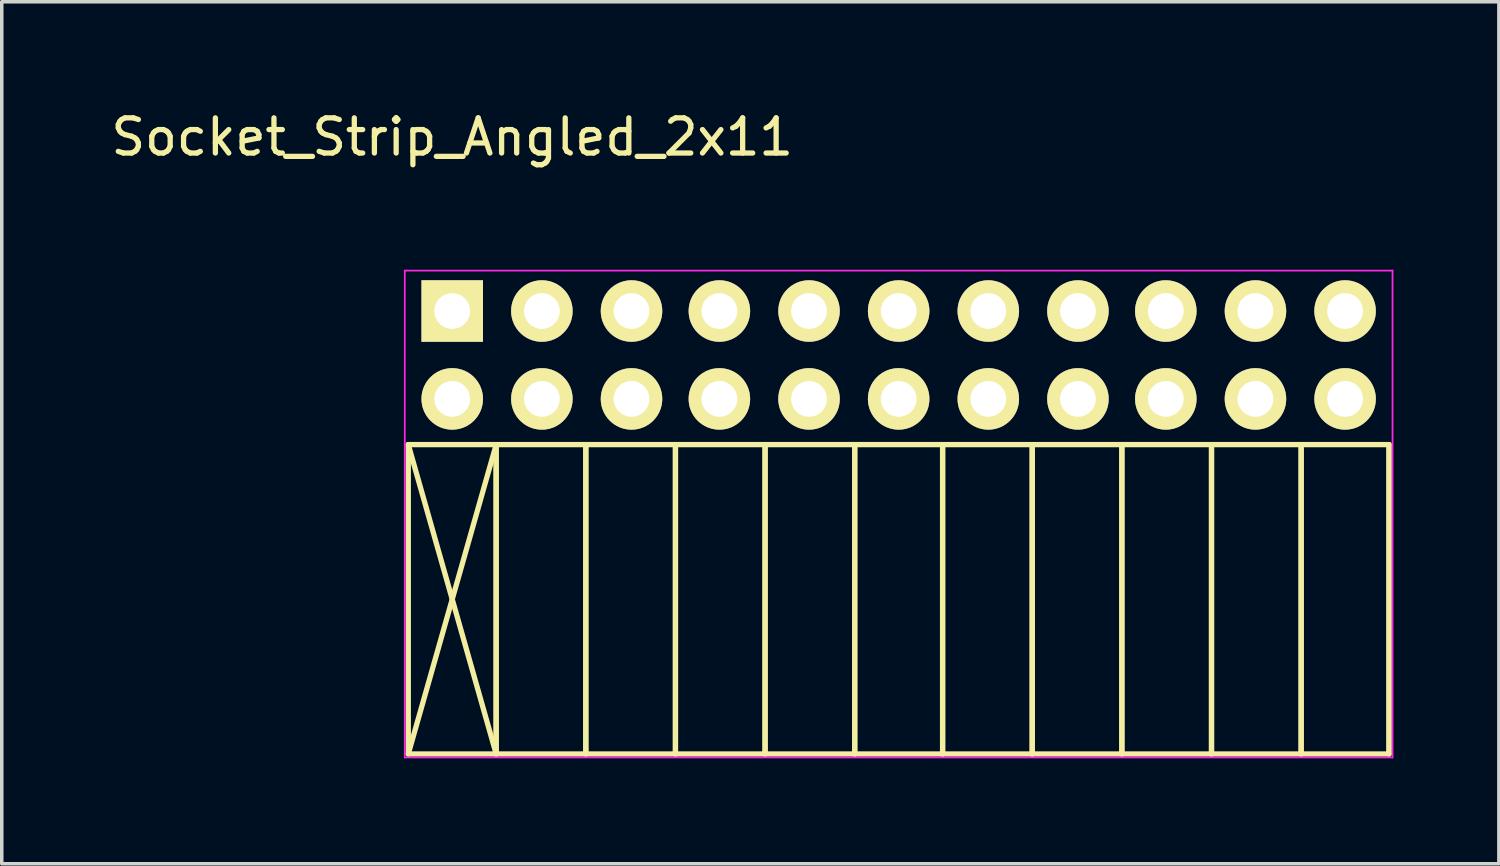
<source format=kicad_pcb>
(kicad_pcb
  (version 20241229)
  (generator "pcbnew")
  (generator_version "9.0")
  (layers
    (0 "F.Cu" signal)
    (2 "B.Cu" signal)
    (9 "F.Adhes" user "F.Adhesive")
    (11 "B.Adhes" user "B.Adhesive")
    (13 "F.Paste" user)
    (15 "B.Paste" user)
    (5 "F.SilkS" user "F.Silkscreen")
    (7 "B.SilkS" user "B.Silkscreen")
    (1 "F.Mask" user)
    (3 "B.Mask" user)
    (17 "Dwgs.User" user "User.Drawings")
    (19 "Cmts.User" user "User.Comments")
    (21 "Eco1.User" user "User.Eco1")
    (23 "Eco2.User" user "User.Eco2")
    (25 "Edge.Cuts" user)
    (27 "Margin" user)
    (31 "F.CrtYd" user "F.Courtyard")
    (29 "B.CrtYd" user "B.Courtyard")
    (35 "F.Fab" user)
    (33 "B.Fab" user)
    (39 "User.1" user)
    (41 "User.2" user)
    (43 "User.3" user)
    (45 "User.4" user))
  (footprint "Socket_Strip_Angled_2x11"
    (layer "F.Cu")
    (at 9.815 5.798)
    (property "Reference" "Socket_Strip_Angled_2x11" (at 0 -4.95 0) (layer "F.SilkS") (effects (font (size 1 1) (thickness 0.15))))
    (attr through_hole)
    (fp_line (start -1.25 3.8) (end -1.25 12.6) (stroke (width 0.15) (type solid)) (layer "F.SilkS"))
    (fp_line (start -1.25 3.8) (end 1.25 3.8) (stroke (width 0.15) (type solid)) (layer "F.SilkS"))
    (fp_line (start -1.25 3.8) (end 1.25 12.6) (stroke (width 0.15) (type solid)) (layer "F.SilkS"))
    (fp_line (start -1.25 12.6) (end 1.25 3.8) (stroke (width 0.15) (type solid)) (layer "F.SilkS"))
    (fp_line (start -1.25 12.6) (end 1.25 12.6) (stroke (width 0.15) (type solid)) (layer "F.SilkS"))
    (fp_line (start 1.25 3.8) (end 1.25 12.6) (stroke (width 0.15) (type solid)) (layer "F.SilkS"))
    (fp_line (start 1.25 3.8) (end 3.8 3.8) (stroke (width 0.15) (type solid)) (layer "F.SilkS"))
    (fp_line (start 1.25 12.6) (end 1.25 3.8) (stroke (width 0.15) (type solid)) (layer "F.SilkS"))
    (fp_line (start 1.25 12.6) (end 3.8 12.6) (stroke (width 0.15) (type solid)) (layer "F.SilkS"))
    (fp_line (start 3.8 3.8) (end 3.8 12.6) (stroke (width 0.15) (type solid)) (layer "F.SilkS"))
    (fp_line (start 3.8 3.8) (end 6.35 3.8) (stroke (width 0.15) (type solid)) (layer "F.SilkS"))
    (fp_line (start 3.8 12.6) (end 3.8 3.8) (stroke (width 0.15) (type solid)) (layer "F.SilkS"))
    (fp_line (start 3.8 12.6) (end 6.35 12.6) (stroke (width 0.15) (type solid)) (layer "F.SilkS"))
    (fp_line (start 6.35 3.8) (end 6.35 12.6) (stroke (width 0.15) (type solid)) (layer "F.SilkS"))
    (fp_line (start 6.35 3.8) (end 8.9 3.8) (stroke (width 0.15) (type solid)) (layer "F.SilkS"))
    (fp_line (start 6.35 12.6) (end 6.35 3.8) (stroke (width 0.15) (type solid)) (layer "F.SilkS"))
    (fp_line (start 6.35 12.6) (end 8.9 12.6) (stroke (width 0.15) (type solid)) (layer "F.SilkS"))
    (fp_line (start 8.9 3.8) (end 8.9 12.6) (stroke (width 0.15) (type solid)) (layer "F.SilkS"))
    (fp_line (start 8.9 3.8) (end 11.45 3.8) (stroke (width 0.15) (type solid)) (layer "F.SilkS"))
    (fp_line (start 8.9 12.6) (end 8.9 3.8) (stroke (width 0.15) (type solid)) (layer "F.SilkS"))
    (fp_line (start 8.9 12.6) (end 11.45 12.6) (stroke (width 0.15) (type solid)) (layer "F.SilkS"))
    (fp_line (start 11.45 3.8) (end 11.45 12.6) (stroke (width 0.15) (type solid)) (layer "F.SilkS"))
    (fp_line (start 11.45 3.8) (end 13.95 3.8) (stroke (width 0.15) (type solid)) (layer "F.SilkS"))
    (fp_line (start 11.45 12.6) (end 11.45 3.8) (stroke (width 0.15) (type solid)) (layer "F.SilkS"))
    (fp_line (start 11.45 12.6) (end 13.95 12.6) (stroke (width 0.15) (type solid)) (layer "F.SilkS"))
    (fp_line (start 13.95 3.8) (end 13.95 12.6) (stroke (width 0.15) (type solid)) (layer "F.SilkS"))
    (fp_line (start 13.95 3.8) (end 16.5 3.8) (stroke (width 0.15) (type solid)) (layer "F.SilkS"))
    (fp_line (start 13.95 12.6) (end 13.95 3.8) (stroke (width 0.15) (type solid)) (layer "F.SilkS"))
    (fp_line (start 13.95 12.6) (end 16.5 12.6) (stroke (width 0.15) (type solid)) (layer "F.SilkS"))
    (fp_line (start 16.5 3.8) (end 16.5 12.6) (stroke (width 0.15) (type solid)) (layer "F.SilkS"))
    (fp_line (start 16.5 3.8) (end 19.05 3.8) (stroke (width 0.15) (type solid)) (layer "F.SilkS"))
    (fp_line (start 16.5 12.6) (end 16.5 3.8) (stroke (width 0.15) (type solid)) (layer "F.SilkS"))
    (fp_line (start 16.5 12.6) (end 19.05 12.6) (stroke (width 0.15) (type solid)) (layer "F.SilkS"))
    (fp_line (start 19.05 3.8) (end 19.05 12.6) (stroke (width 0.15) (type solid)) (layer "F.SilkS"))
    (fp_line (start 19.05 3.8) (end 21.6 3.8) (stroke (width 0.15) (type solid)) (layer "F.SilkS"))
    (fp_line (start 19.05 12.6) (end 19.05 3.8) (stroke (width 0.15) (type solid)) (layer "F.SilkS"))
    (fp_line (start 19.05 12.6) (end 21.6 12.6) (stroke (width 0.15) (type solid)) (layer "F.SilkS"))
    (fp_line (start 21.6 3.8) (end 21.6 12.6) (stroke (width 0.15) (type solid)) (layer "F.SilkS"))
    (fp_line (start 21.6 3.8) (end 24.15 3.8) (stroke (width 0.15) (type solid)) (layer "F.SilkS"))
    (fp_line (start 21.6 12.6) (end 21.6 3.8) (stroke (width 0.15) (type solid)) (layer "F.SilkS"))
    (fp_line (start 21.6 12.6) (end 24.15 12.6) (stroke (width 0.15) (type solid)) (layer "F.SilkS"))
    (fp_line (start 24.15 3.8) (end 24.15 12.6) (stroke (width 0.15) (type solid)) (layer "F.SilkS"))
    (fp_line (start 24.15 3.8) (end 26.65 3.8) (stroke (width 0.15) (type solid)) (layer "F.SilkS"))
    (fp_line (start 24.15 12.6) (end 24.15 3.8) (stroke (width 0.15) (type solid)) (layer "F.SilkS"))
    (fp_line (start 24.15 12.6) (end 26.65 12.6) (stroke (width 0.15) (type solid)) (layer "F.SilkS"))
    (fp_line (start 26.65 3.8) (end 26.65 12.6) (stroke (width 0.15) (type solid)) (layer "F.SilkS"))
    (fp_line (start 26.65 12.6) (end 26.65 3.8) (stroke (width 0.15) (type solid)) (layer "F.SilkS"))
    (fp_line (start -1.35 -1.15) (end -1.35 12.7) (stroke (width 0.05) (type solid)) (layer "F.CrtYd"))
    (fp_line (start -1.35 -1.15) (end 26.75 -1.15) (stroke (width 0.05) (type solid)) (layer "F.CrtYd"))
    (fp_line (start -1.35 12.7) (end 26.75 12.7) (stroke (width 0.05) (type solid)) (layer "F.CrtYd"))
    (fp_line (start 26.75 -1.15) (end 26.75 12.7) (stroke (width 0.05) (type solid)) (layer "F.CrtYd"))
    (pad "1" thru_hole rect (at 0 0) (size 1.75 1.75) (drill 1.016) (layers "*.Cu" "*.Mask" "F.SilkS"))
    (pad "2" thru_hole oval (at 0 2.5) (size 1.75 1.75) (drill 1.016) (layers "*.Cu" "*.Mask" "F.SilkS"))
    (pad "3" thru_hole oval (at 2.55 0) (size 1.75 1.75) (drill 1.016) (layers "*.Cu" "*.Mask" "F.SilkS"))
    (pad "4" thru_hole oval (at 2.55 2.5) (size 1.75 1.75) (drill 1.016) (layers "*.Cu" "*.Mask" "F.SilkS"))
    (pad "5" thru_hole oval (at 5.1 0) (size 1.75 1.75) (drill 1.016) (layers "*.Cu" "*.Mask" "F.SilkS"))
    (pad "6" thru_hole oval (at 5.1 2.5) (size 1.75 1.75) (drill 1.016) (layers "*.Cu" "*.Mask" "F.SilkS"))
    (pad "7" thru_hole oval (at 7.6 0) (size 1.75 1.75) (drill 1.016) (layers "*.Cu" "*.Mask" "F.SilkS"))
    (pad "8" thru_hole oval (at 7.6 2.5) (size 1.75 1.75) (drill 1.016) (layers "*.Cu" "*.Mask" "F.SilkS"))
    (pad "9" thru_hole oval (at 10.15 0) (size 1.75 1.75) (drill 1.016) (layers "*.Cu" "*.Mask" "F.SilkS"))
    (pad "10" thru_hole oval (at 10.15 2.5) (size 1.75 1.75) (drill 1.016) (layers "*.Cu" "*.Mask" "F.SilkS"))
    (pad "11" thru_hole oval (at 12.7 0) (size 1.75 1.75) (drill 1.016) (layers "*.Cu" "*.Mask" "F.SilkS"))
    (pad "12" thru_hole oval (at 12.7 2.5) (size 1.75 1.75) (drill 1.016) (layers "*.Cu" "*.Mask" "F.SilkS"))
    (pad "13" thru_hole oval (at 15.25 0) (size 1.75 1.75) (drill 1.016) (layers "*.Cu" "*.Mask" "F.SilkS"))
    (pad "14" thru_hole oval (at 15.25 2.5) (size 1.75 1.75) (drill 1.016) (layers "*.Cu" "*.Mask" "F.SilkS"))
    (pad "15" thru_hole oval (at 17.8 0) (size 1.75 1.75) (drill 1.016) (layers "*.Cu" "*.Mask" "F.SilkS"))
    (pad "16" thru_hole oval (at 17.8 2.5) (size 1.75 1.75) (drill 1.016) (layers "*.Cu" "*.Mask" "F.SilkS"))
    (pad "17" thru_hole oval (at 20.3 0) (size 1.75 1.75) (drill 1.016) (layers "*.Cu" "*.Mask" "F.SilkS"))
    (pad "18" thru_hole oval (at 20.3 2.5) (size 1.75 1.75) (drill 1.016) (layers "*.Cu" "*.Mask" "F.SilkS"))
    (pad "19" thru_hole oval (at 22.85 0) (size 1.75 1.75) (drill 1.016) (layers "*.Cu" "*.Mask" "F.SilkS"))
    (pad "20" thru_hole oval (at 22.85 2.5) (size 1.75 1.75) (drill 1.016) (layers "*.Cu" "*.Mask" "F.SilkS"))
    (pad "21" thru_hole oval (at 25.4 0) (size 1.75 1.75) (drill 1.016) (layers "*.Cu" "*.Mask" "F.SilkS"))
    (pad "22" thru_hole oval (at 25.4 2.5) (size 1.75 1.75) (drill 1.016) (layers "*.Cu" "*.Mask" "F.SilkS")))
  (gr_rect
    (start -3 -3)
    (end 39.59 21.523)
    (stroke (width 0.1) (type default))
    (fill no)
    (layer "Edge.Cuts")))
</source>
